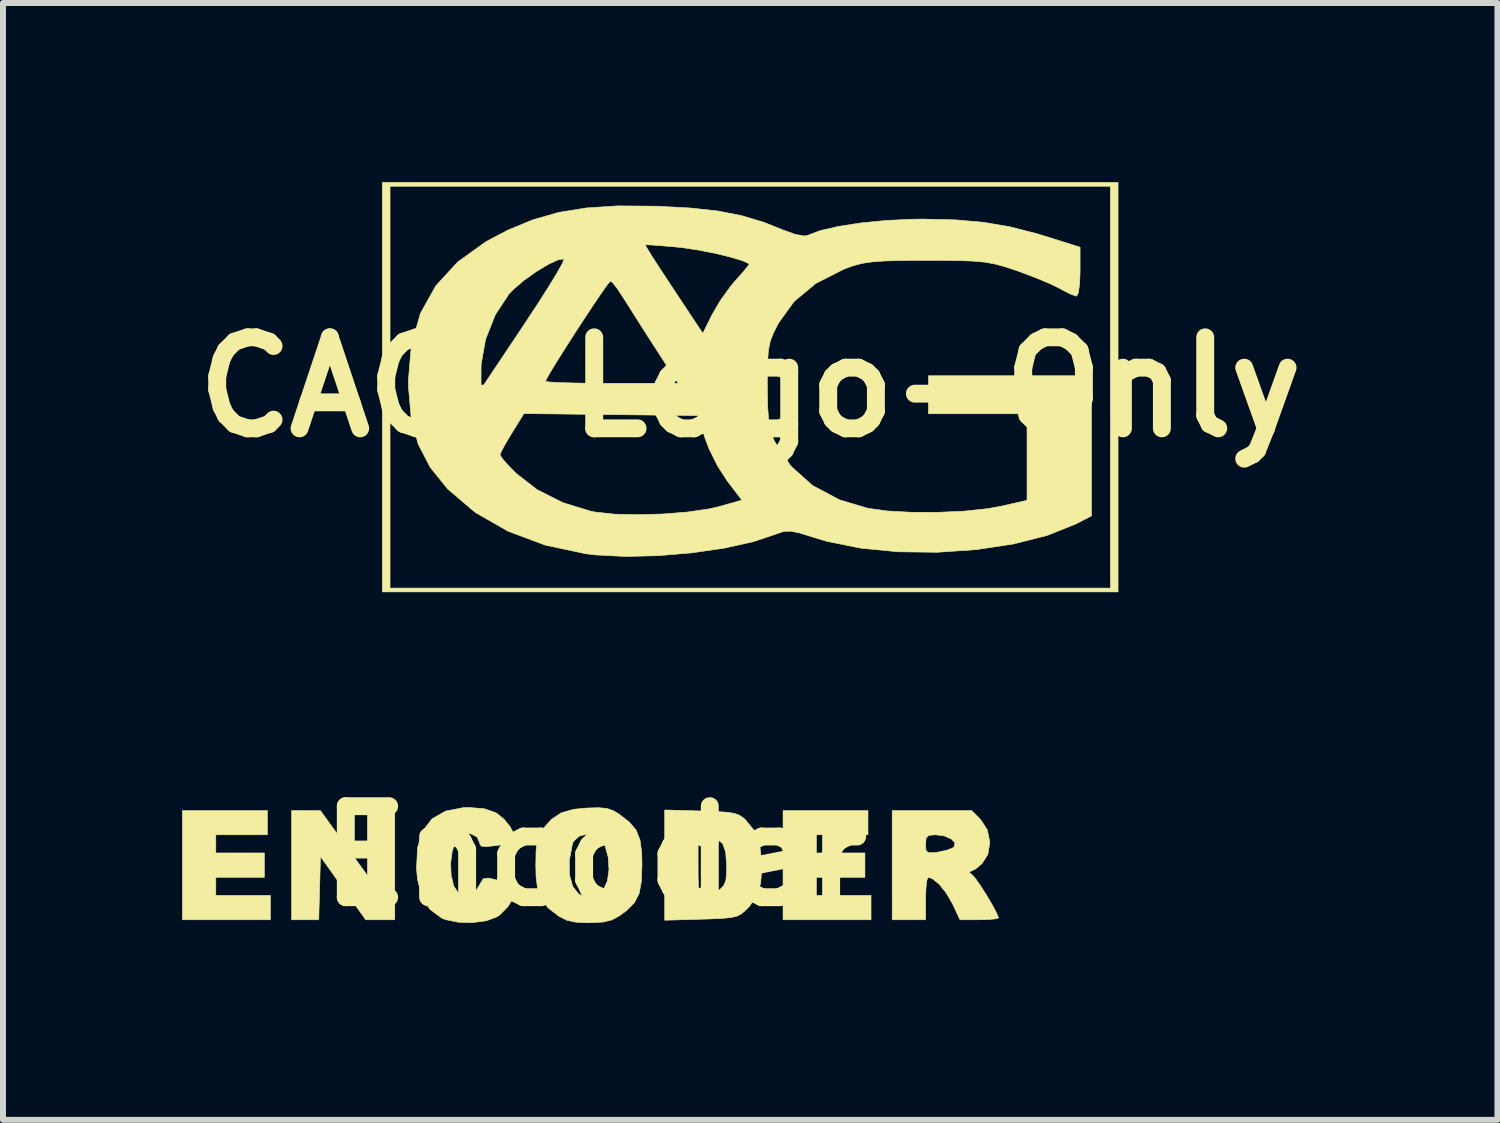
<source format=kicad_pcb>
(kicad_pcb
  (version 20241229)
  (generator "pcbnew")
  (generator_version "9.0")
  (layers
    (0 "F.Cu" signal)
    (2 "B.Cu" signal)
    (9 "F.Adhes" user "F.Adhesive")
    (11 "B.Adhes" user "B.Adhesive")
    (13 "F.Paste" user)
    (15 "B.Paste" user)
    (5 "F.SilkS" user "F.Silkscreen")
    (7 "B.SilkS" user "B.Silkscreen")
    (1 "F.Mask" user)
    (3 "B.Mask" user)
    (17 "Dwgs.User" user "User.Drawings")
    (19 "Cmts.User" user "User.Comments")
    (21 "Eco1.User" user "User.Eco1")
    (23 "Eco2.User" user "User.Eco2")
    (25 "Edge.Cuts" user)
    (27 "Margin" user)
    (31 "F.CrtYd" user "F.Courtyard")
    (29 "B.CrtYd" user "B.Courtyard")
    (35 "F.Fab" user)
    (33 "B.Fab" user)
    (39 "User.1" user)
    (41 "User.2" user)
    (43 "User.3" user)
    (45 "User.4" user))
  (footprint "Encoder"
    (layer "F.Cu")
    (at 6.914 11.286)
    (property "Reference" "Encoder" (at 0 0 0) (layer "F.SilkS") (effects (font (size 1.524 1.524) (thickness 0.3))))
    (attr through_hole)
    (fp_poly (pts (xy -5.486 -0.356) (xy -6.35 -0.356) (xy -6.35 -0.051) (xy -5.537 -0.051) (xy -5.537 0.356) (xy -6.35 0.356) (xy -6.35 0.66) (xy -5.436 0.66) (xy -5.436 1.067) (xy -6.909 1.067) (xy -6.909 -0.762) (xy -5.486 -0.762) (xy -5.486 -0.356)) (stroke (width 0.01) (type solid)) (fill yes) (layer "F.SilkS"))
    (fp_poly (pts (xy -3.353 1.067) (xy -3.839 1.067) (xy -4.218 0.538) (xy -4.597 0.009) (xy -4.626 1.067) (xy -5.08 1.067) (xy -5.08 -0.762) (xy -4.839 -0.761) (xy -4.597 -0.759) (xy -3.81 0.328) (xy -3.81 -0.762) (xy -3.353 -0.762) (xy -3.353 1.067)) (stroke (width 0.01) (type solid)) (fill yes) (layer "F.SilkS"))
    (fp_poly (pts (xy 4.572 -0.356) (xy 3.708 -0.356) (xy 3.708 -0.051) (xy 4.521 -0.051) (xy 4.521 0.356) (xy 3.708 0.356) (xy 3.708 0.66) (xy 4.623 0.66) (xy 4.623 1.067) (xy 3.15 1.067) (xy 3.15 -0.762) (xy 4.572 -0.762) (xy 4.572 -0.356)) (stroke (width 0.01) (type solid)) (fill yes) (layer "F.SilkS"))
    (fp_poly (pts (xy 1.774 -0.754) (xy 2.034 -0.745) (xy 2.214 -0.733) (xy 2.335 -0.714) (xy 2.418 -0.684) (xy 2.484 -0.639) (xy 2.517 -0.61) (xy 2.669 -0.424) (xy 2.758 -0.193) (xy 2.793 0.104) (xy 2.794 0.179) (xy 2.775 0.453) (xy 2.711 0.662) (xy 2.59 0.839) (xy 2.515 0.914) (xy 2.451 0.969) (xy 2.379 1.006) (xy 2.281 1.03) (xy 2.134 1.044) (xy 1.917 1.054) (xy 1.774 1.058) (xy 1.168 1.075) (xy 1.168 0.146) (xy 1.727 0.146) (xy 1.728 0.378) (xy 1.734 0.527) (xy 1.748 0.612) (xy 1.776 0.65) (xy 1.821 0.66) (xy 1.849 0.66) (xy 1.977 0.629) (xy 2.089 0.564) (xy 2.157 0.494) (xy 2.193 0.406) (xy 2.205 0.266) (xy 2.205 0.154) (xy 2.189 -0.064) (xy 2.14 -0.205) (xy 2.044 -0.288) (xy 1.892 -0.335) (xy 1.727 -0.368) (xy 1.727 0.146) (xy 1.168 0.146) (xy 1.168 -0.771) (xy 1.774 -0.754)) (stroke (width 0.01) (type solid)) (fill yes) (layer "F.SilkS"))
    (fp_poly (pts (xy 6.456 -0.614) (xy 6.572 -0.435) (xy 6.613 -0.229) (xy 6.579 -0.026) (xy 6.479 0.129) (xy 6.377 0.214) (xy 6.294 0.255) (xy 6.289 0.256) (xy 6.265 0.274) (xy 6.308 0.306) (xy 6.364 0.367) (xy 6.451 0.489) (xy 6.55 0.643) (xy 6.645 0.803) (xy 6.719 0.94) (xy 6.755 1.028) (xy 6.756 1.037) (xy 6.71 1.052) (xy 6.589 1.063) (xy 6.435 1.067) (xy 6.113 1.067) (xy 5.992 0.808) (xy 5.886 0.623) (xy 5.765 0.472) (xy 5.648 0.377) (xy 5.581 0.356) (xy 5.559 0.402) (xy 5.544 0.524) (xy 5.537 0.697) (xy 5.537 0.711) (xy 5.537 1.067) (xy 4.978 1.067) (xy 4.978 -0.197) (xy 5.537 -0.197) (xy 5.543 -0.097) (xy 5.578 -0.056) (xy 5.671 -0.056) (xy 5.747 -0.066) (xy 5.892 -0.097) (xy 5.997 -0.139) (xy 6.013 -0.152) (xy 6.029 -0.22) (xy 5.968 -0.286) (xy 5.85 -0.337) (xy 5.705 -0.356) (xy 5.59 -0.346) (xy 5.545 -0.297) (xy 5.537 -0.197) (xy 4.978 -0.197) (xy 4.978 -0.762) (xy 6.307 -0.762) (xy 6.456 -0.614)) (stroke (width 0.01) (type solid)) (fill yes) (layer "F.SilkS"))
    (fp_poly (pts (xy -1.853 -0.792) (xy -1.665 -0.727) (xy -1.641 -0.713) (xy -1.523 -0.617) (xy -1.423 -0.493) (xy -1.357 -0.37) (xy -1.342 -0.276) (xy -1.355 -0.251) (xy -1.426 -0.221) (xy -1.562 -0.19) (xy -1.664 -0.174) (xy -1.821 -0.158) (xy -1.902 -0.166) (xy -1.929 -0.202) (xy -1.93 -0.22) (xy -1.973 -0.316) (xy -2.076 -0.372) (xy -2.198 -0.371) (xy -2.233 -0.357) (xy -2.328 -0.254) (xy -2.39 -0.086) (xy -2.417 0.117) (xy -2.409 0.323) (xy -2.365 0.503) (xy -2.283 0.626) (xy -2.272 0.634) (xy -2.143 0.674) (xy -2.023 0.622) (xy -1.932 0.486) (xy -1.927 0.474) (xy -1.873 0.383) (xy -1.788 0.369) (xy -1.746 0.378) (xy -1.591 0.414) (xy -1.467 0.441) (xy -1.363 0.483) (xy -1.321 0.542) (xy -1.36 0.689) (xy -1.46 0.85) (xy -1.595 0.986) (xy -1.641 1.018) (xy -1.819 1.084) (xy -2.051 1.115) (xy -2.294 1.108) (xy -2.506 1.064) (xy -2.565 1.04) (xy -2.764 0.893) (xy -2.899 0.677) (xy -2.973 0.386) (xy -2.988 0.207) (xy -2.971 -0.144) (xy -2.884 -0.421) (xy -2.727 -0.624) (xy -2.501 -0.753) (xy -2.205 -0.81) (xy -2.109 -0.813) (xy -1.853 -0.792)) (stroke (width 0.01) (type solid)) (fill yes) (layer "F.SilkS"))
    (fp_poly (pts (xy 0.205 -0.796) (xy 0.312 -0.757) (xy 0.402 -0.703) (xy 0.576 -0.568) (xy 0.689 -0.433) (xy 0.754 -0.27) (xy 0.783 -0.052) (xy 0.787 0.152) (xy 0.777 0.426) (xy 0.739 0.627) (xy 0.662 0.779) (xy 0.532 0.911) (xy 0.407 1.003) (xy 0.281 1.071) (xy 0.135 1.106) (xy -0.07 1.117) (xy -0.102 1.118) (xy -0.316 1.109) (xy -0.468 1.077) (xy -0.594 1.014) (xy -0.61 1.003) (xy -0.782 0.871) (xy -0.894 0.735) (xy -0.958 0.571) (xy -0.986 0.35) (xy -0.991 0.152) (xy -0.989 0.074) (xy -0.43 0.074) (xy -0.427 0.317) (xy -0.373 0.509) (xy -0.274 0.637) (xy -0.133 0.689) (xy -0.025 0.677) (xy 0.088 0.62) (xy 0.133 0.578) (xy 0.207 0.424) (xy 0.235 0.229) (xy 0.222 0.022) (xy 0.171 -0.166) (xy 0.085 -0.303) (xy 0.026 -0.346) (xy -0.12 -0.371) (xy -0.262 -0.333) (xy -0.36 -0.246) (xy -0.376 -0.208) (xy -0.43 0.074) (xy -0.989 0.074) (xy -0.987 -0.079) (xy -0.972 -0.236) (xy -0.941 -0.345) (xy -0.889 -0.433) (xy -0.886 -0.438) (xy -0.73 -0.614) (xy -0.564 -0.724) (xy -0.354 -0.783) (xy -0.137 -0.804) (xy 0.067 -0.809) (xy 0.205 -0.796)) (stroke (width 0.01) (type solid)) (fill yes) (layer "F.SilkS")))
  (footprint "CAG-Logo-Only"
    (layer "F.Cu")
    (at 9.514 3.434)
    (property "Reference" "CAG-Logo-Only" (at 0 0 0) (layer "F.SilkS") (effects (font (size 1.524 1.524) (thickness 0.3))))
    (attr through_hole)
    (fp_poly (pts (xy 6.16 3.429) (xy -6.16 3.429) (xy -6.16 -3.365) (xy -6.032 -3.365) (xy -6.032 3.365) (xy 6.032 3.365) (xy 6.032 -3.365) (xy -6.032 -3.365) (xy -6.16 -3.365) (xy -6.16 -3.429) (xy 6.16 -3.429) (xy 6.16 3.429)) (stroke (width 0.01) (type solid)) (fill yes) (layer "F.SilkS"))
    (fp_poly (pts (xy -1.591 -3.031) (xy -1.563 -3.031) (xy -1.007 -3.001) (xy -0.545 -2.951) (xy -0.145 -2.873) (xy 0.223 -2.763) (xy 0.546 -2.634) (xy 0.753 -2.559) (xy 0.908 -2.532) (xy 0.959 -2.541) (xy 1.171 -2.622) (xy 1.482 -2.693) (xy 1.865 -2.752) (xy 2.29 -2.793) (xy 2.73 -2.813) (xy 2.889 -2.815) (xy 3.436 -2.802) (xy 3.905 -2.761) (xy 4.344 -2.687) (xy 4.798 -2.571) (xy 5.03 -2.5) (xy 5.524 -2.344) (xy 5.524 -1.934) (xy 5.516 -1.725) (xy 5.494 -1.577) (xy 5.465 -1.524) (xy 5.375 -1.554) (xy 5.229 -1.627) (xy 5.195 -1.647) (xy 5.034 -1.727) (xy 4.798 -1.826) (xy 4.532 -1.927) (xy 4.477 -1.947) (xy 4.275 -2.015) (xy 4.101 -2.062) (xy 3.925 -2.094) (xy 3.718 -2.112) (xy 3.451 -2.121) (xy 3.097 -2.124) (xy 2.953 -2.124) (xy 2.558 -2.122) (xy 2.264 -2.114) (xy 2.045 -2.099) (xy 1.874 -2.073) (xy 1.725 -2.034) (xy 1.572 -1.978) (xy 1.57 -1.977) (xy 1.099 -1.738) (xy 0.734 -1.435) (xy 0.476 -1.077) (xy 0.392 -0.915) (xy 0.337 -0.774) (xy 0.305 -0.621) (xy 0.29 -0.42) (xy 0.286 -0.137) (xy 0.286 -0.032) (xy 0.291 0.315) (xy 0.309 0.565) (xy 0.343 0.748) (xy 0.398 0.892) (xy 0.401 0.898) (xy 0.676 1.317) (xy 1.042 1.646) (xy 1.498 1.888) (xy 1.968 2.028) (xy 2.29 2.073) (xy 2.694 2.095) (xy 3.137 2.096) (xy 3.575 2.077) (xy 3.966 2.036) (xy 4.186 1.997) (xy 4.636 1.895) (xy 4.636 0.445) (xy 2.985 0.445) (xy 2.985 -0.191) (xy 5.715 -0.191) (xy 5.715 2.156) (xy 5.452 2.291) (xy 4.977 2.482) (xy 4.414 2.625) (xy 3.79 2.72) (xy 3.135 2.765) (xy 2.479 2.757) (xy 1.849 2.696) (xy 1.277 2.58) (xy 1.067 2.517) (xy 0.833 2.443) (xy 0.676 2.411) (xy 0.557 2.417) (xy 0.436 2.458) (xy 0.43 2.461) (xy 0.04 2.591) (xy -0.442 2.697) (xy -0.98 2.775) (xy -1.541 2.822) (xy -2.09 2.835) (xy -2.594 2.809) (xy -2.752 2.79) (xy -3.433 2.645) (xy -4.056 2.412) (xy -4.604 2.098) (xy -5.06 1.711) (xy -5.069 1.702) (xy -5.361 1.34) (xy -5.467 1.134) (xy -4.191 1.134) (xy -4.149 1.2) (xy -4.04 1.323) (xy -3.921 1.444) (xy -3.567 1.718) (xy -3.133 1.936) (xy -2.665 2.079) (xy -2.601 2.091) (xy -2.281 2.126) (xy -1.887 2.136) (xy -1.462 2.124) (xy -1.049 2.091) (xy -0.693 2.039) (xy -0.53 2.002) (xy -0.139 1.892) (xy -0.388 1.565) (xy -0.549 1.315) (xy -0.692 1.026) (xy -0.756 0.857) (xy -0.874 0.476) (xy -2.332 0.459) (xy -3.79 0.442) (xy -3.99 0.765) (xy -4.097 0.944) (xy -4.17 1.08) (xy -4.191 1.134) (xy -5.467 1.134) (xy -5.561 0.953) (xy -5.678 0.515) (xy -5.723 -0.003) (xy -5.724 -0.114) (xy -5.709 -0.3) (xy -4.508 -0.3) (xy -4.508 0.031) (xy -4.422 -0.098) (xy -3.429 -0.098) (xy -3.369 -0.087) (xy -3.202 -0.077) (xy -2.949 -0.07) (xy -2.63 -0.065) (xy -2.317 -0.064) (xy -1.206 -0.064) (xy -1.565 -0.619) (xy -1.741 -0.892) (xy -1.913 -1.163) (xy -2.056 -1.389) (xy -2.111 -1.476) (xy -2.22 -1.642) (xy -2.305 -1.751) (xy -2.339 -1.778) (xy -2.384 -1.728) (xy -2.481 -1.592) (xy -2.616 -1.393) (xy -2.775 -1.153) (xy -2.944 -0.894) (xy -3.107 -0.639) (xy -3.251 -0.41) (xy -3.36 -0.23) (xy -3.421 -0.119) (xy -3.429 -0.098) (xy -4.422 -0.098) (xy -3.787 -1.048) (xy -3.573 -1.373) (xy -3.389 -1.661) (xy -3.245 -1.896) (xy -3.151 -2.062) (xy -3.117 -2.143) (xy -3.119 -2.148) (xy -3.22 -2.132) (xy -3.387 -2.054) (xy -3.587 -1.933) (xy -3.79 -1.788) (xy -3.965 -1.639) (xy -4.039 -1.563) (xy -4.269 -1.213) (xy -4.432 -0.802) (xy -4.506 -0.385) (xy -4.508 -0.3) (xy -5.709 -0.3) (xy -5.674 -0.712) (xy -5.522 -1.238) (xy -5.265 -1.698) (xy -4.898 -2.097) (xy -4.498 -2.385) (xy -1.76 -2.385) (xy -1.731 -2.332) (xy -1.645 -2.192) (xy -1.512 -1.986) (xy -1.345 -1.732) (xy -1.283 -1.638) (xy -0.794 -0.901) (xy -0.639 -1.214) (xy -0.498 -1.454) (xy -0.321 -1.699) (xy -0.242 -1.79) (xy -0.114 -1.935) (xy -0.032 -2.036) (xy -0.016 -2.066) (xy -0.13 -2.119) (xy -0.336 -2.18) (xy -0.597 -2.243) (xy -0.878 -2.298) (xy -1.145 -2.338) (xy -1.227 -2.346) (xy -1.468 -2.367) (xy -1.652 -2.381) (xy -1.751 -2.385) (xy -1.76 -2.385) (xy -4.498 -2.385) (xy -4.42 -2.44) (xy -4.061 -2.629) (xy -3.638 -2.804) (xy -3.207 -2.927) (xy -2.742 -3.002) (xy -2.213 -3.036) (xy -1.591 -3.031)) (stroke (width 0.01) (type solid)) (fill yes) (layer "F.SilkS")))
  (gr_rect
    (start -3 -3)
    (end 22.028 15.704)
    (stroke (width 0.1) (type default))
    (fill no)
    (layer "Edge.Cuts")))
</source>
